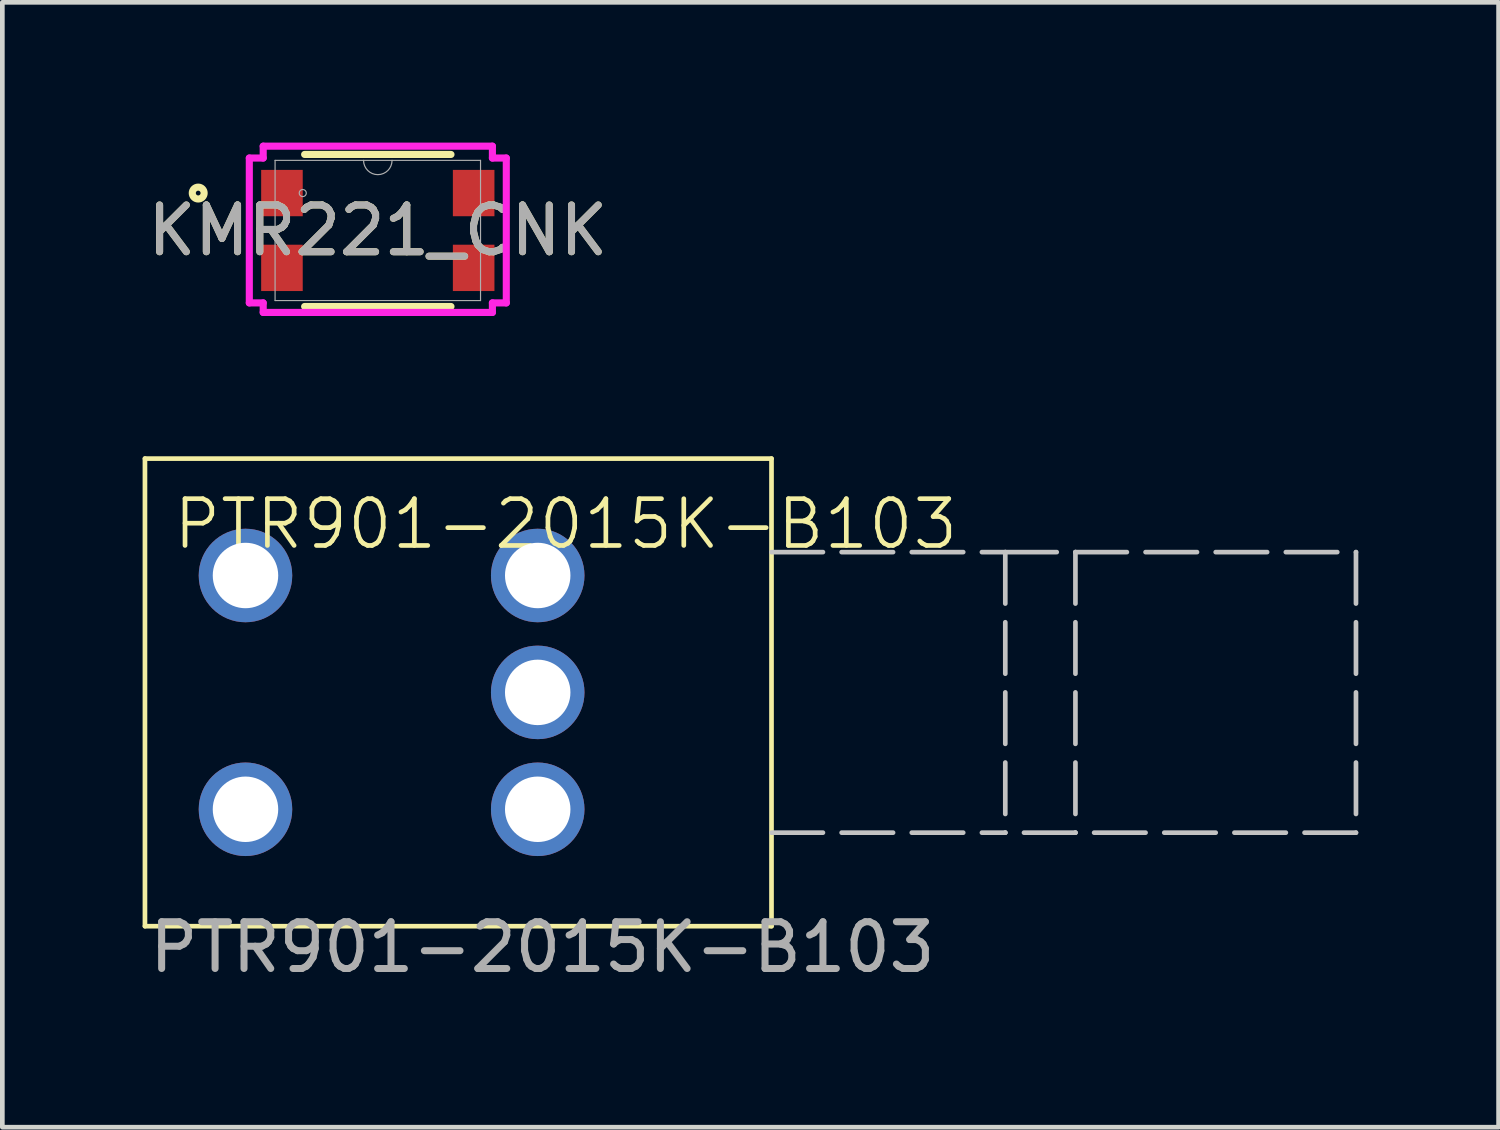
<source format=kicad_pcb>
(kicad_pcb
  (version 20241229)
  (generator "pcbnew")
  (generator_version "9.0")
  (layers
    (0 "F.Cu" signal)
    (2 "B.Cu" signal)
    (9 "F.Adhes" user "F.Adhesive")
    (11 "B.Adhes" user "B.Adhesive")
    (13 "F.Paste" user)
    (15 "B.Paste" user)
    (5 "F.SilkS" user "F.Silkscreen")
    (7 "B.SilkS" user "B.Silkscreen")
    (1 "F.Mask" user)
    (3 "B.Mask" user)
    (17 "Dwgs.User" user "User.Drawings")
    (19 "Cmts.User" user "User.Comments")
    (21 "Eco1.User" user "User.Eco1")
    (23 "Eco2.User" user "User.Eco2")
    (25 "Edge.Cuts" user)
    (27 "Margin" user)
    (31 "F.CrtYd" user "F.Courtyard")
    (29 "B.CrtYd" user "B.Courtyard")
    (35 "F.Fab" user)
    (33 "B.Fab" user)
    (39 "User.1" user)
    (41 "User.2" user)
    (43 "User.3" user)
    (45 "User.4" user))
  (footprint "PTR901-2015K-B103"
    (layer "F.Cu")
    (at 8.45 11.758)
    (property "Reference" "PTR901-2015K-B103" (at 0.6 -3.6 0) (unlocked yes) (layer "F.SilkS") (effects (font (size 1 1) (thickness 0.1))))
    (attr smd)
    (fp_line (start -8.4 -5) (end 5 -5) (stroke (width 0.1) (type solid)) (layer "F.SilkS"))
    (fp_line (start -8.4 5) (end -8.4 -5) (stroke (width 0.1) (type default)) (layer "F.SilkS"))
    (fp_line (start -8.4 5) (end 5 5) (stroke (width 0.1) (type solid)) (layer "F.SilkS"))
    (fp_line (start 5 -5) (end 5 5) (stroke (width 0.1) (type solid)) (layer "F.SilkS"))
    (fp_line (start 5 -3) (end 10 -3) (stroke (width 0.1) (type dash)) (layer "Dwgs.User"))
    (fp_line (start 5 3) (end 10 3) (stroke (width 0.1) (type dash)) (layer "Dwgs.User"))
    (fp_line (start 10 -3) (end 10 3) (stroke (width 0.1) (type dash)) (layer "Dwgs.User"))
    (fp_line (start 10 -3) (end 11.5 -3) (stroke (width 0.1) (type dash)) (layer "Dwgs.User"))
    (fp_line (start 11.5 -3) (end 11.5 3) (stroke (width 0.1) (type dash)) (layer "Dwgs.User"))
    (fp_line (start 11.5 -3) (end 17.5 -3) (stroke (width 0.1) (type dash)) (layer "Dwgs.User"))
    (fp_line (start 11.5 3) (end 10 3) (stroke (width 0.1) (type dash)) (layer "Dwgs.User"))
    (fp_line (start 17.5 -3) (end 17.5 3) (stroke (width 0.1) (type dash)) (layer "Dwgs.User"))
    (fp_line (start 17.5 3) (end 11.5 3) (stroke (width 0.1) (type dash)) (layer "Dwgs.User"))
    (fp_text user "${REFERENCE}" (at 0.1 5.45 0) (unlocked yes) (layer "F.Fab") (effects (font (size 1 1) (thickness 0.15))))
    (pad "1" thru_hole circle (at 0 2.5) (size 2 2) (drill 1.4) (layers "*.Cu" "*.Mask"))
    (pad "2" thru_hole circle (at 0 0) (size 2 2) (drill 1.4) (layers "*.Cu" "*.Mask"))
    (pad "3" thru_hole circle (at 0 -2.5) (size 2 2) (drill 1.4) (layers "*.Cu" "*.Mask"))
    (pad "4" thru_hole circle (at -6.25 -2.5) (size 2 2) (drill 1.4) (layers "*.Cu" "*.Mask"))
    (pad "5" thru_hole circle (at -6.25 2.5) (size 2 2) (drill 1.4) (layers "*.Cu" "*.Mask")))
  (footprint "KMR221_CNK"
    (layer "F.Cu")
    (at 5.03 1.879)
    (property "Reference" "KMR221_CNK" (at 0 0 0) (unlocked yes) (layer "F.SilkS") (effects (font (size 1 1) (thickness 0.15))))
    (attr smd)
    (fp_line (start -1.565 1.626) (end 1.565 1.626) (stroke (width 0.152) (type solid)) (layer "F.SilkS"))
    (fp_line (start 1.565 -1.626) (end -1.565 -1.626) (stroke (width 0.152) (type solid)) (layer "F.SilkS"))
    (fp_circle (center -3.841 -0.8) (end -3.714 -0.8) (stroke (width 0.152) (type solid)) (fill no) (layer "F.SilkS"))
    (fp_line (start -2.748 -1.549) (end -2.451 -1.549) (stroke (width 0.152) (type solid)) (layer "F.CrtYd"))
    (fp_line (start -2.748 1.549) (end -2.748 -1.549) (stroke (width 0.152) (type solid)) (layer "F.CrtYd"))
    (fp_line (start -2.748 1.549) (end -2.451 1.549) (stroke (width 0.152) (type solid)) (layer "F.CrtYd"))
    (fp_line (start -2.451 -1.803) (end 2.451 -1.803) (stroke (width 0.152) (type solid)) (layer "F.CrtYd"))
    (fp_line (start -2.451 -1.549) (end -2.451 -1.803) (stroke (width 0.152) (type solid)) (layer "F.CrtYd"))
    (fp_line (start -2.451 1.753) (end -2.451 1.549) (stroke (width 0.152) (type solid)) (layer "F.CrtYd"))
    (fp_line (start 2.451 -1.803) (end 2.451 -1.549) (stroke (width 0.152) (type solid)) (layer "F.CrtYd"))
    (fp_line (start 2.451 1.549) (end 2.451 1.753) (stroke (width 0.152) (type solid)) (layer "F.CrtYd"))
    (fp_line (start 2.451 1.753) (end -2.451 1.753) (stroke (width 0.152) (type solid)) (layer "F.CrtYd"))
    (fp_line (start 2.748 -1.549) (end 2.451 -1.549) (stroke (width 0.152) (type solid)) (layer "F.CrtYd"))
    (fp_line (start 2.748 -1.549) (end 2.748 1.549) (stroke (width 0.152) (type solid)) (layer "F.CrtYd"))
    (fp_line (start 2.748 1.549) (end 2.451 1.549) (stroke (width 0.152) (type solid)) (layer "F.CrtYd"))
    (fp_line (start -2.197 -1.499) (end -2.197 1.499) (stroke (width 0.025) (type solid)) (layer "F.Fab"))
    (fp_line (start -2.197 1.499) (end 2.197 1.499) (stroke (width 0.025) (type solid)) (layer "F.Fab"))
    (fp_line (start 2.197 -1.499) (end -2.197 -1.499) (stroke (width 0.025) (type solid)) (layer "F.Fab"))
    (fp_line (start 2.197 1.499) (end 2.197 -1.499) (stroke (width 0.025) (type solid)) (layer "F.Fab"))
    (fp_arc (start 0.3048 -1.4986) (mid 0 -1.1938) (end -0.3048 -1.4986) (stroke (width 0.0254) (type solid)) (layer "F.Fab"))
    (fp_circle (center -1.605 -0.8) (end -1.529 -0.8) (stroke (width 0.025) (type solid)) (fill no) (layer "F.Fab"))
    (fp_text user "${REFERENCE}" (at 0 0 0) (unlocked yes) (layer "F.Fab") (effects (font (size 1 1) (thickness 0.15))))
    (pad "1" smd rect (at -2.05 -0.8) (size 0.889 0.991) (layers "F.Cu" "F.Mask" "F.Paste"))
    (pad "2" smd rect (at -2.05 0.8) (size 0.889 0.991) (layers "F.Cu" "F.Mask" "F.Paste"))
    (pad "3" smd rect (at 2.05 0.8) (size 0.889 0.991) (layers "F.Cu" "F.Mask" "F.Paste"))
    (pad "4" smd rect (at 2.05 -0.8) (size 0.889 0.991) (layers "F.Cu" "F.Mask" "F.Paste")))
  (gr_rect
    (start -3 -3)
    (end 29 21.057)
    (stroke (width 0.1) (type default))
    (fill no)
    (layer "Edge.Cuts")))
</source>
